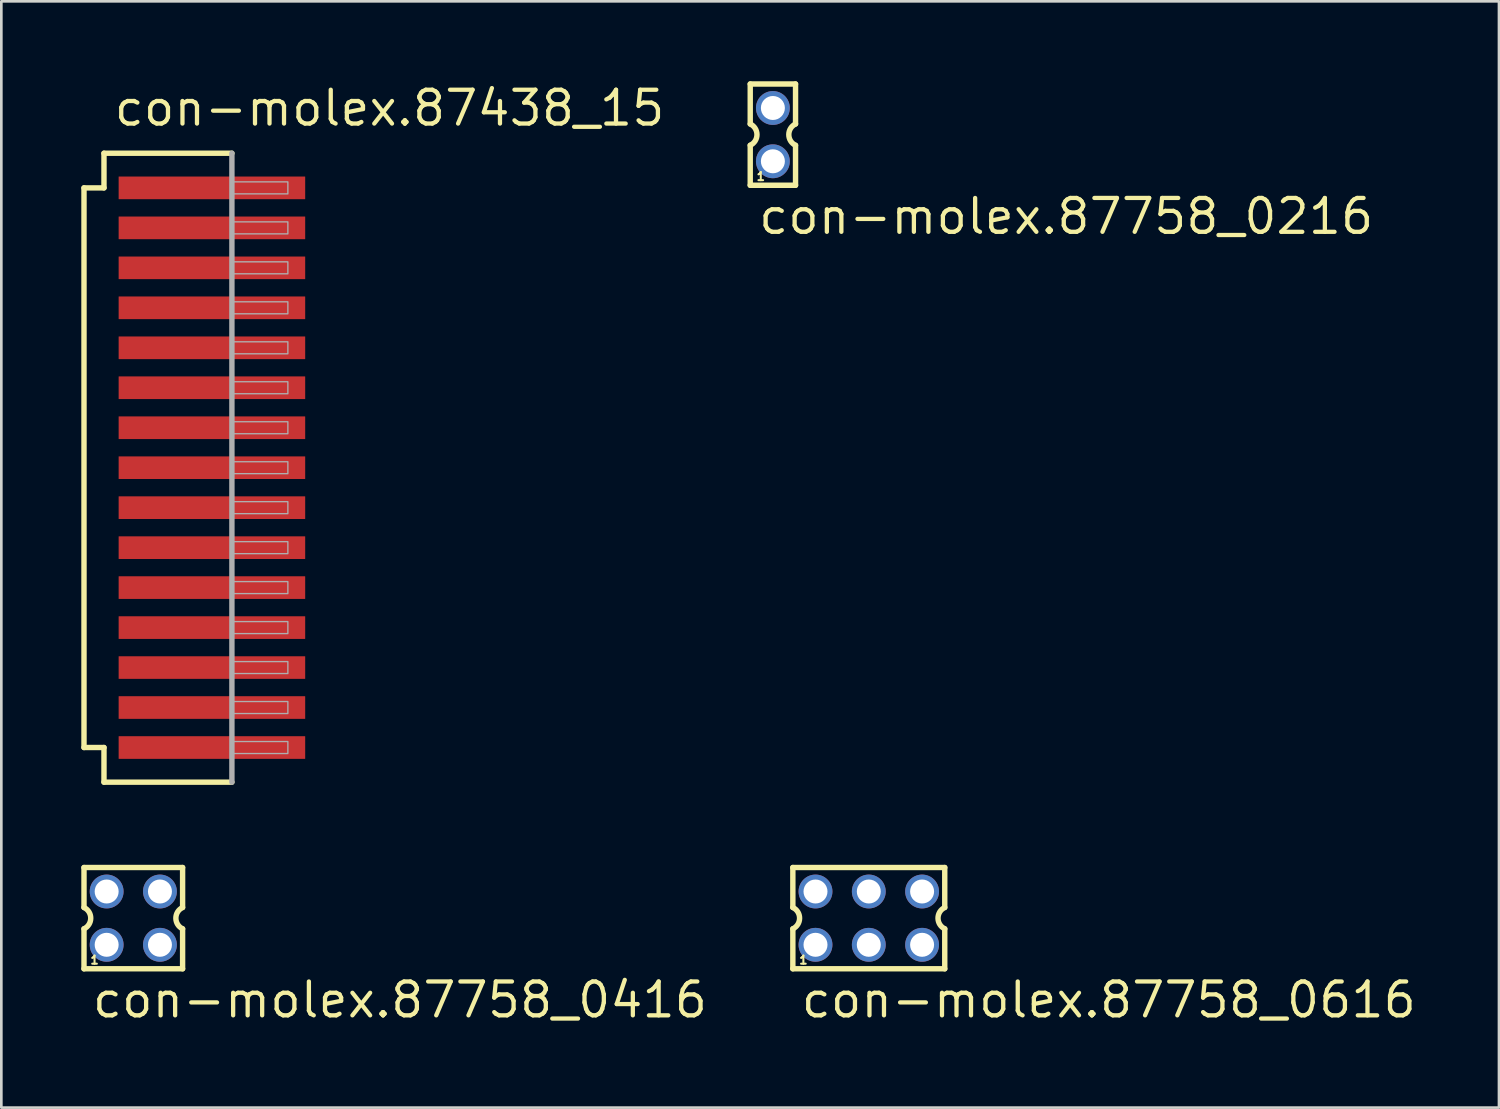
<source format=kicad_pcb>
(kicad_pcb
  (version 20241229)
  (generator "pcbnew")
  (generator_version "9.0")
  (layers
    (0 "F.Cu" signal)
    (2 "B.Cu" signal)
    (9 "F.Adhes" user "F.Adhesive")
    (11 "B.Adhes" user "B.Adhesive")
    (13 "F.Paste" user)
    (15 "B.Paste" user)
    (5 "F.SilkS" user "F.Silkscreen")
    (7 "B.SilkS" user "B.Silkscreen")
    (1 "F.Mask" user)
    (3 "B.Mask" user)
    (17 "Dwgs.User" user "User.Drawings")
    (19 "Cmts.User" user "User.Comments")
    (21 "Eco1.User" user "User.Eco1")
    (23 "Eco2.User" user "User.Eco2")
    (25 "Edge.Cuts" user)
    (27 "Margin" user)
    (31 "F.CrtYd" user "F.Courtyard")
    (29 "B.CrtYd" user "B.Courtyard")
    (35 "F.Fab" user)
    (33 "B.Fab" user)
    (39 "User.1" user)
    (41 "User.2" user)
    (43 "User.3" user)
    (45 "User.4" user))
  (footprint "con-molex.87438_15"
    (layer "F.Cu")
    (at 4.902 14.5)
    (property "Reference" "con-molex.87438_15" (at -3.75 -12.75 0) (layer "F.SilkS") (effects (font (size 1.27 1.27) (thickness 0.16)) (justify left bottom)))
    (attr smd)
    (fp_line (start -4.8 -10.5) (end -4.05 -10.5) (stroke (width 0.203) (type default)) (layer "F.SilkS"))
    (fp_line (start -4.8 10.5) (end -4.8 -10.5) (stroke (width 0.203) (type default)) (layer "F.SilkS"))
    (fp_line (start -4.05 -11.8) (end 0.75 -11.8) (stroke (width 0.203) (type default)) (layer "F.SilkS"))
    (fp_line (start -4.05 -10.5) (end -4.05 -11.8) (stroke (width 0.203) (type default)) (layer "F.SilkS"))
    (fp_line (start -4.05 10.5) (end -4.8 10.5) (stroke (width 0.203) (type default)) (layer "F.SilkS"))
    (fp_line (start -4.05 11.8) (end -4.05 10.5) (stroke (width 0.203) (type default)) (layer "F.SilkS"))
    (fp_line (start 0.75 11.8) (end -4.05 11.8) (stroke (width 0.203) (type default)) (layer "F.SilkS"))
    (fp_line (start 0.75 -11.8) (end 0.75 11.8) (stroke (width 0.203) (type default)) (layer "F.Fab"))
    (fp_rect (start 0.8 -10.275) (end 2.85 -10.725) (stroke (width 0.05) (type default)) (fill no) (layer "F.Fab"))
    (fp_rect (start 0.8 -8.775) (end 2.85 -9.225) (stroke (width 0.05) (type default)) (fill no) (layer "F.Fab"))
    (fp_rect (start 0.8 -7.275) (end 2.85 -7.725) (stroke (width 0.05) (type default)) (fill no) (layer "F.Fab"))
    (fp_rect (start 0.8 -5.775) (end 2.85 -6.225) (stroke (width 0.05) (type default)) (fill no) (layer "F.Fab"))
    (fp_rect (start 0.8 -4.275) (end 2.85 -4.725) (stroke (width 0.05) (type default)) (fill no) (layer "F.Fab"))
    (fp_rect (start 0.8 -2.775) (end 2.85 -3.225) (stroke (width 0.05) (type default)) (fill no) (layer "F.Fab"))
    (fp_rect (start 0.8 -1.275) (end 2.85 -1.725) (stroke (width 0.05) (type default)) (fill no) (layer "F.Fab"))
    (fp_rect (start 0.8 0.225) (end 2.85 -0.225) (stroke (width 0.05) (type default)) (fill no) (layer "F.Fab"))
    (fp_rect (start 0.8 1.725) (end 2.85 1.275) (stroke (width 0.05) (type default)) (fill no) (layer "F.Fab"))
    (fp_rect (start 0.8 3.225) (end 2.85 2.775) (stroke (width 0.05) (type default)) (fill no) (layer "F.Fab"))
    (fp_rect (start 0.8 4.725) (end 2.85 4.275) (stroke (width 0.05) (type default)) (fill no) (layer "F.Fab"))
    (fp_rect (start 0.8 6.225) (end 2.85 5.775) (stroke (width 0.05) (type default)) (fill no) (layer "F.Fab"))
    (fp_rect (start 0.8 7.725) (end 2.85 7.275) (stroke (width 0.05) (type default)) (fill no) (layer "F.Fab"))
    (fp_rect (start 0.8 9.225) (end 2.85 8.775) (stroke (width 0.05) (type default)) (fill no) (layer "F.Fab"))
    (fp_rect (start 0.8 10.725) (end 2.85 10.275) (stroke (width 0.05) (type default)) (fill no) (layer "F.Fab"))
    (pad "1" smd roundrect (at 0 -10.5) (size 7 0.85) (layers "F.Cu" "F.Mask" "F.Paste") (roundrect_rratio 0.01))
    (pad "2" smd roundrect (at 0 -9) (size 7 0.85) (layers "F.Cu" "F.Mask" "F.Paste") (roundrect_rratio 0.01))
    (pad "3" smd roundrect (at 0 -7.5) (size 7 0.85) (layers "F.Cu" "F.Mask" "F.Paste") (roundrect_rratio 0.01))
    (pad "4" smd roundrect (at 0 -6) (size 7 0.85) (layers "F.Cu" "F.Mask" "F.Paste") (roundrect_rratio 0.01))
    (pad "5" smd roundrect (at 0 -4.5) (size 7 0.85) (layers "F.Cu" "F.Mask" "F.Paste") (roundrect_rratio 0.01))
    (pad "6" smd roundrect (at 0 -3) (size 7 0.85) (layers "F.Cu" "F.Mask" "F.Paste") (roundrect_rratio 0.01))
    (pad "7" smd roundrect (at 0 -1.5) (size 7 0.85) (layers "F.Cu" "F.Mask" "F.Paste") (roundrect_rratio 0.01))
    (pad "8" smd roundrect (at 0 0) (size 7 0.85) (layers "F.Cu" "F.Mask" "F.Paste") (roundrect_rratio 0.01))
    (pad "9" smd roundrect (at 0 1.5) (size 7 0.85) (layers "F.Cu" "F.Mask" "F.Paste") (roundrect_rratio 0.01))
    (pad "10" smd roundrect (at 0 3) (size 7 0.85) (layers "F.Cu" "F.Mask" "F.Paste") (roundrect_rratio 0.01))
    (pad "11" smd roundrect (at 0 4.5) (size 7 0.85) (layers "F.Cu" "F.Mask" "F.Paste") (roundrect_rratio 0.01))
    (pad "12" smd roundrect (at 0 6) (size 7 0.85) (layers "F.Cu" "F.Mask" "F.Paste") (roundrect_rratio 0.01))
    (pad "13" smd roundrect (at 0 7.5) (size 7 0.85) (layers "F.Cu" "F.Mask" "F.Paste") (roundrect_rratio 0.01))
    (pad "14" smd roundrect (at 0 9) (size 7 0.85) (layers "F.Cu" "F.Mask" "F.Paste") (roundrect_rratio 0.01))
    (pad "15" smd roundrect (at 0 10.5) (size 7 0.85) (layers "F.Cu" "F.Mask" "F.Paste") (roundrect_rratio 0.01)))
  (footprint "con-molex.87758_0216"
    (layer "F.Cu")
    (at 25.952 2.002)
    (property "Reference" "con-molex.87758_0216" (at -0.62 3.81 0) (layer "F.SilkS") (effects (font (size 1.27 1.27) (thickness 0.16)) (justify left bottom)))
    (attr through_hole)
    (fp_line (start -0.85 -1.9) (end -0.85 -0.4) (stroke (width 0.203) (type default)) (layer "F.SilkS"))
    (fp_line (start -0.85 0.4) (end -0.85 1.9) (stroke (width 0.203) (type default)) (layer "F.SilkS"))
    (fp_line (start -0.85 1.9) (end 0.85 1.9) (stroke (width 0.203) (type default)) (layer "F.SilkS"))
    (fp_line (start 0.85 -1.9) (end -0.85 -1.9) (stroke (width 0.203) (type default)) (layer "F.SilkS"))
    (fp_line (start 0.85 -0.4) (end 0.85 -1.9) (stroke (width 0.203) (type default)) (layer "F.SilkS"))
    (fp_line (start 0.85 1.9) (end 0.85 0.4) (stroke (width 0.203) (type default)) (layer "F.SilkS"))
    (fp_arc (start -0.85 -0.4) (mid -0.597168 0) (end -0.85 0.4) (stroke (width 0.2032) (type default)) (layer "F.SilkS"))
    (fp_arc (start 0.85 0.4) (mid 0.597168 0) (end 0.85 -0.4) (stroke (width 0.2032) (type default)) (layer "F.SilkS"))
    (fp_rect (start -0.25 -0.75) (end 0.25 -1.25) (stroke (width 0.05) (type default)) (fill no) (layer "F.Fab"))
    (fp_rect (start -0.25 1.25) (end 0.25 0.75) (stroke (width 0.05) (type default)) (fill no) (layer "F.Fab"))
    (fp_text user "1" (at -0.65 1.75 0) (layer "F.SilkS") (effects (font (size 0.305 0.305) (thickness 0.15)) (justify left bottom)))
    (pad "1" thru_hole circle (at 0 1) (size 1.27 1.27) (drill 0.9) (layers "*.Cu" "*.Mask"))
    (pad "2" thru_hole circle (at 0 -1) (size 1.27 1.27) (drill 0.9) (layers "*.Cu" "*.Mask")))
  (footprint "con-molex.87758_0416"
    (layer "F.Cu")
    (at 1.952 31.403)
    (property "Reference" "con-molex.87758_0416" (at -1.62 3.81 0) (layer "F.SilkS") (effects (font (size 1.27 1.27) (thickness 0.16)) (justify left bottom)))
    (attr through_hole)
    (fp_line (start -1.85 -1.9) (end -1.85 -0.4) (stroke (width 0.203) (type default)) (layer "F.SilkS"))
    (fp_line (start -1.85 0.4) (end -1.85 1.9) (stroke (width 0.203) (type default)) (layer "F.SilkS"))
    (fp_line (start -1.85 1.9) (end 1.85 1.9) (stroke (width 0.203) (type default)) (layer "F.SilkS"))
    (fp_line (start 1.85 -1.9) (end -1.85 -1.9) (stroke (width 0.203) (type default)) (layer "F.SilkS"))
    (fp_line (start 1.85 -0.4) (end 1.85 -1.9) (stroke (width 0.203) (type default)) (layer "F.SilkS"))
    (fp_line (start 1.85 1.9) (end 1.85 0.4) (stroke (width 0.203) (type default)) (layer "F.SilkS"))
    (fp_arc (start -1.85 -0.4) (mid -1.597168 0) (end -1.85 0.4) (stroke (width 0.2032) (type default)) (layer "F.SilkS"))
    (fp_arc (start 1.85 0.4) (mid 1.597168 0) (end 1.85 -0.4) (stroke (width 0.2032) (type default)) (layer "F.SilkS"))
    (fp_rect (start -1.25 -0.75) (end -0.75 -1.25) (stroke (width 0.05) (type default)) (fill no) (layer "F.Fab"))
    (fp_rect (start -1.25 1.25) (end -0.75 0.75) (stroke (width 0.05) (type default)) (fill no) (layer "F.Fab"))
    (fp_rect (start 0.75 -0.75) (end 1.25 -1.25) (stroke (width 0.05) (type default)) (fill no) (layer "F.Fab"))
    (fp_rect (start 0.75 1.25) (end 1.25 0.75) (stroke (width 0.05) (type default)) (fill no) (layer "F.Fab"))
    (fp_text user "1" (at -1.65 1.75 0) (layer "F.SilkS") (effects (font (size 0.305 0.305) (thickness 0.15)) (justify left bottom)))
    (pad "1" thru_hole circle (at -1 1) (size 1.27 1.27) (drill 0.9) (layers "*.Cu" "*.Mask"))
    (pad "2" thru_hole circle (at -1 -1) (size 1.27 1.27) (drill 0.9) (layers "*.Cu" "*.Mask"))
    (pad "3" thru_hole circle (at 1 1) (size 1.27 1.27) (drill 0.9) (layers "*.Cu" "*.Mask"))
    (pad "4" thru_hole circle (at 1 -1) (size 1.27 1.27) (drill 0.9) (layers "*.Cu" "*.Mask")))
  (footprint "con-molex.87758_0616"
    (layer "F.Cu")
    (at 29.551 31.403)
    (property "Reference" "con-molex.87758_0616" (at -2.62 3.81 0) (layer "F.SilkS") (effects (font (size 1.27 1.27) (thickness 0.16)) (justify left bottom)))
    (attr through_hole)
    (fp_line (start -2.85 -1.9) (end -2.85 -0.4) (stroke (width 0.203) (type default)) (layer "F.SilkS"))
    (fp_line (start -2.85 0.4) (end -2.85 1.9) (stroke (width 0.203) (type default)) (layer "F.SilkS"))
    (fp_line (start -2.85 1.9) (end 2.85 1.9) (stroke (width 0.203) (type default)) (layer "F.SilkS"))
    (fp_line (start 2.85 -1.9) (end -2.85 -1.9) (stroke (width 0.203) (type default)) (layer "F.SilkS"))
    (fp_line (start 2.85 -0.4) (end 2.85 -1.9) (stroke (width 0.203) (type default)) (layer "F.SilkS"))
    (fp_line (start 2.85 1.9) (end 2.85 0.4) (stroke (width 0.203) (type default)) (layer "F.SilkS"))
    (fp_arc (start -2.85 -0.4) (mid -2.597168 0) (end -2.85 0.4) (stroke (width 0.2032) (type default)) (layer "F.SilkS"))
    (fp_arc (start 2.85 0.4) (mid 2.597168 0) (end 2.85 -0.4) (stroke (width 0.2032) (type default)) (layer "F.SilkS"))
    (fp_rect (start -2.25 -0.75) (end -1.75 -1.25) (stroke (width 0.05) (type default)) (fill no) (layer "F.Fab"))
    (fp_rect (start -2.25 1.25) (end -1.75 0.75) (stroke (width 0.05) (type default)) (fill no) (layer "F.Fab"))
    (fp_rect (start -0.25 -0.75) (end 0.25 -1.25) (stroke (width 0.05) (type default)) (fill no) (layer "F.Fab"))
    (fp_rect (start -0.25 1.25) (end 0.25 0.75) (stroke (width 0.05) (type default)) (fill no) (layer "F.Fab"))
    (fp_rect (start 1.75 -0.75) (end 2.25 -1.25) (stroke (width 0.05) (type default)) (fill no) (layer "F.Fab"))
    (fp_rect (start 1.75 1.25) (end 2.25 0.75) (stroke (width 0.05) (type default)) (fill no) (layer "F.Fab"))
    (fp_text user "1" (at -2.65 1.75 0) (layer "F.SilkS") (effects (font (size 0.305 0.305) (thickness 0.15)) (justify left bottom)))
    (pad "1" thru_hole circle (at -2 1) (size 1.27 1.27) (drill 0.9) (layers "*.Cu" "*.Mask"))
    (pad "2" thru_hole circle (at -2 -1) (size 1.27 1.27) (drill 0.9) (layers "*.Cu" "*.Mask"))
    (pad "3" thru_hole circle (at 0 1) (size 1.27 1.27) (drill 0.9) (layers "*.Cu" "*.Mask"))
    (pad "4" thru_hole circle (at 0 -1) (size 1.27 1.27) (drill 0.9) (layers "*.Cu" "*.Mask"))
    (pad "5" thru_hole circle (at 2 1) (size 1.27 1.27) (drill 0.9) (layers "*.Cu" "*.Mask"))
    (pad "6" thru_hole circle (at 2 -1) (size 1.27 1.27) (drill 0.9) (layers "*.Cu" "*.Mask")))
  (gr_rect
    (start -3 -3)
    (end 53.198 38.511)
    (stroke (width 0.1) (type default))
    (fill no)
    (layer "Edge.Cuts")))
</source>
